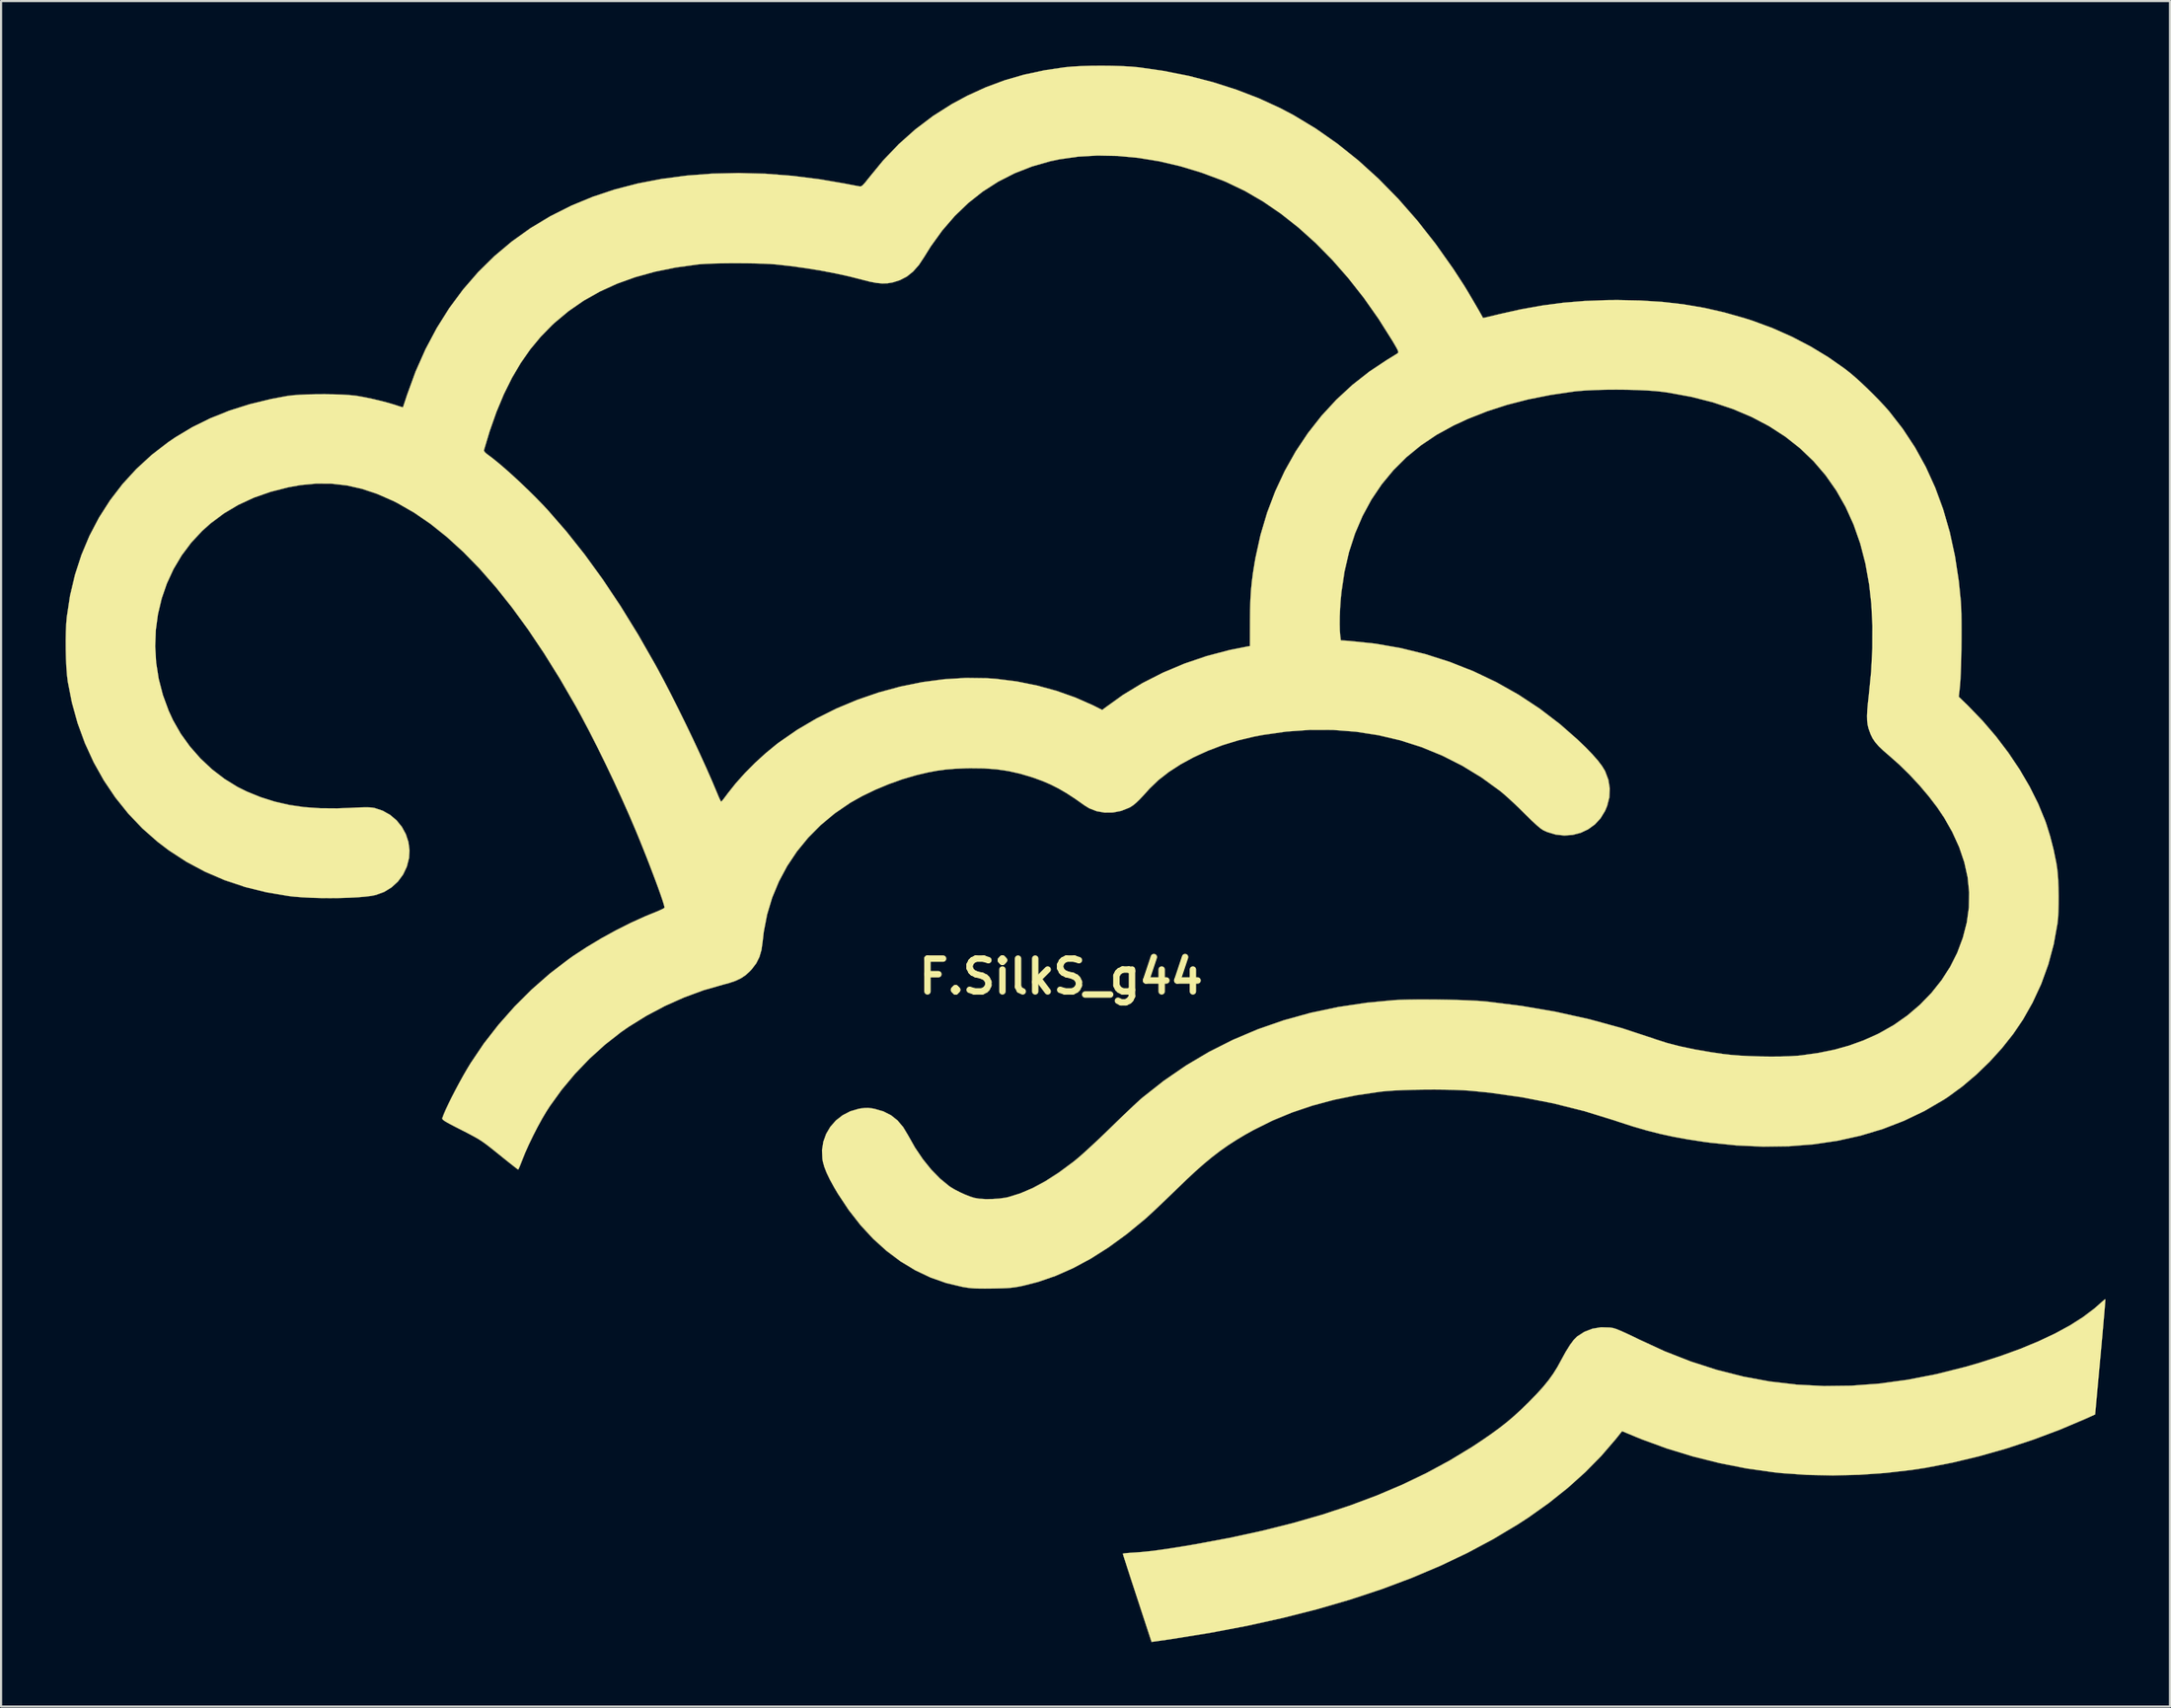
<source format=kicad_pcb>
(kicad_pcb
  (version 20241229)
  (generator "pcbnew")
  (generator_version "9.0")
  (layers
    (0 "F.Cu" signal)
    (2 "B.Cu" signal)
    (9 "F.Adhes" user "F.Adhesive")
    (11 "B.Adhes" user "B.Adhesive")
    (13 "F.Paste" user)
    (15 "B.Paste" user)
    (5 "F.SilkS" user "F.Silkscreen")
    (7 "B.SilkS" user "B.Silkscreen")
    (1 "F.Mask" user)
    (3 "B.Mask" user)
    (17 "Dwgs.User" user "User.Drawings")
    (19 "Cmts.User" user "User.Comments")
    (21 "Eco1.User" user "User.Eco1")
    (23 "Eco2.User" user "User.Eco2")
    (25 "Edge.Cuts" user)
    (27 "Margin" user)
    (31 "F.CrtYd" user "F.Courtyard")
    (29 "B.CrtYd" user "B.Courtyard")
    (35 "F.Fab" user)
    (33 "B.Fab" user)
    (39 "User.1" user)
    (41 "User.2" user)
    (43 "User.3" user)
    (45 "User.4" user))
  (footprint "F.SilkS_g44"
    (layer "F.Cu")
    (at 46.267 42.356)
    (property "Reference" "F.SilkS_g44" (at 0 0 0) (layer "F.SilkS") (effects (font (size 1.524 1.524) (thickness 0.3))))
    (attr through_hole)
    (fp_poly (pts (xy 48.545 15.003) (xy 48.544 15.047) (xy 48.536 15.167) (xy 48.521 15.358) (xy 48.5 15.612) (xy 48.473 15.921) (xy 48.442 16.28) (xy 48.407 16.679) (xy 48.368 17.113) (xy 48.326 17.574) (xy 48.315 17.69) (xy 48.07 20.361) (xy 47.604 20.571) (xy 46.414 21.075) (xy 45.186 21.535) (xy 43.936 21.946) (xy 42.678 22.303) (xy 41.429 22.602) (xy 40.203 22.839) (xy 39.529 22.942) (xy 38.322 23.081) (xy 37.098 23.166) (xy 35.876 23.195) (xy 34.673 23.17) (xy 33.509 23.089) (xy 33.126 23.048) (xy 31.875 22.871) (xy 30.621 22.624) (xy 29.38 22.314) (xy 28.169 21.944) (xy 27.005 21.519) (xy 26.679 21.386) (xy 26.082 21.137) (xy 25.777 21.519) (xy 25.112 22.291) (xy 24.37 23.045) (xy 23.557 23.775) (xy 22.678 24.476) (xy 21.74 25.143) (xy 21.252 25.461) (xy 20.104 26.149) (xy 18.896 26.795) (xy 17.627 27.4) (xy 16.295 27.963) (xy 14.898 28.487) (xy 13.435 28.971) (xy 11.904 29.416) (xy 10.304 29.822) (xy 8.633 30.191) (xy 6.89 30.521) (xy 5.072 30.814) (xy 4.339 30.919) (xy 4.211 30.937) (xy 3.543 28.899) (xy 3.413 28.501) (xy 3.291 28.129) (xy 3.18 27.788) (xy 3.083 27.488) (xy 3.002 27.235) (xy 2.938 27.037) (xy 2.896 26.903) (xy 2.877 26.839) (xy 2.877 26.835) (xy 2.917 26.824) (xy 3.026 26.81) (xy 3.189 26.796) (xy 3.388 26.783) (xy 3.427 26.781) (xy 3.751 26.757) (xy 4.13 26.718) (xy 4.569 26.662) (xy 5.074 26.588) (xy 5.651 26.496) (xy 6.244 26.396) (xy 7.83 26.1) (xy 9.34 25.772) (xy 10.778 25.412) (xy 12.146 25.018) (xy 13.449 24.589) (xy 14.69 24.124) (xy 15.872 23.621) (xy 16.998 23.08) (xy 18.072 22.498) (xy 19.098 21.876) (xy 19.579 21.558) (xy 20.014 21.257) (xy 20.394 20.979) (xy 20.738 20.709) (xy 21.065 20.43) (xy 21.395 20.127) (xy 21.748 19.783) (xy 21.76 19.77) (xy 22.113 19.407) (xy 22.41 19.08) (xy 22.661 18.772) (xy 22.878 18.47) (xy 23.073 18.158) (xy 23.245 17.843) (xy 23.462 17.447) (xy 23.659 17.13) (xy 23.836 16.892) (xy 23.99 16.737) (xy 24.329 16.518) (xy 24.702 16.374) (xy 25.101 16.307) (xy 25.518 16.319) (xy 25.659 16.341) (xy 25.781 16.377) (xy 25.97 16.451) (xy 26.218 16.56) (xy 26.52 16.701) (xy 26.86 16.867) (xy 28.065 17.423) (xy 29.275 17.897) (xy 30.492 18.289) (xy 31.717 18.599) (xy 32.953 18.828) (xy 34.201 18.974) (xy 35.463 19.039) (xy 36.741 19.023) (xy 38.037 18.926) (xy 39.351 18.747) (xy 40.687 18.487) (xy 42.046 18.146) (xy 42.672 17.965) (xy 43.668 17.645) (xy 44.59 17.31) (xy 45.436 16.96) (xy 46.205 16.597) (xy 46.896 16.222) (xy 47.506 15.834) (xy 48.035 15.435) (xy 48.3 15.202) (xy 48.412 15.101) (xy 48.498 15.03) (xy 48.543 15.002) (xy 48.545 15.003)) (stroke (width 0.01) (type solid)) (fill yes) (layer "F.SilkS"))
    (fp_poly (pts (xy 2.367 -42.346) (xy 2.832 -42.332) (xy 3.258 -42.308) (xy 3.619 -42.275) (xy 4.788 -42.107) (xy 5.941 -41.876) (xy 7.066 -41.585) (xy 8.156 -41.236) (xy 9.201 -40.834) (xy 10.19 -40.38) (xy 10.816 -40.05) (xy 11.845 -39.428) (xy 12.846 -38.727) (xy 13.82 -37.948) (xy 14.765 -37.091) (xy 15.679 -36.159) (xy 16.562 -35.151) (xy 17.413 -34.069) (xy 18.229 -32.915) (xy 18.739 -32.131) (xy 18.815 -32.007) (xy 18.917 -31.837) (xy 19.035 -31.637) (xy 19.162 -31.421) (xy 19.289 -31.204) (xy 19.406 -31.001) (xy 19.506 -30.826) (xy 19.579 -30.695) (xy 19.618 -30.621) (xy 19.618 -30.621) (xy 19.658 -30.629) (xy 19.768 -30.653) (xy 19.933 -30.692) (xy 20.142 -30.742) (xy 20.369 -30.797) (xy 21.385 -31.024) (xy 22.367 -31.2) (xy 23.339 -31.328) (xy 24.326 -31.41) (xy 25.352 -31.449) (xy 25.868 -31.454) (xy 26.946 -31.432) (xy 27.965 -31.367) (xy 28.94 -31.255) (xy 29.888 -31.094) (xy 30.823 -30.882) (xy 31.76 -30.617) (xy 32.173 -30.484) (xy 33.084 -30.146) (xy 33.979 -29.748) (xy 34.843 -29.298) (xy 35.66 -28.804) (xy 36.417 -28.273) (xy 36.661 -28.083) (xy 36.892 -27.888) (xy 37.161 -27.646) (xy 37.451 -27.372) (xy 37.746 -27.083) (xy 38.029 -26.795) (xy 38.282 -26.525) (xy 38.49 -26.289) (xy 38.491 -26.289) (xy 39.127 -25.471) (xy 39.696 -24.607) (xy 40.199 -23.696) (xy 40.636 -22.735) (xy 41.007 -21.725) (xy 41.314 -20.663) (xy 41.556 -19.549) (xy 41.734 -18.38) (xy 41.829 -17.429) (xy 41.842 -17.192) (xy 41.852 -16.888) (xy 41.858 -16.531) (xy 41.86 -16.136) (xy 41.859 -15.717) (xy 41.855 -15.29) (xy 41.847 -14.87) (xy 41.837 -14.47) (xy 41.824 -14.105) (xy 41.808 -13.791) (xy 41.79 -13.543) (xy 41.784 -13.479) (xy 41.733 -13.008) (xy 42.165 -12.59) (xy 42.832 -11.9) (xy 43.459 -11.169) (xy 44.038 -10.407) (xy 44.563 -9.624) (xy 45.028 -8.83) (xy 45.425 -8.034) (xy 45.748 -7.247) (xy 45.803 -7.091) (xy 45.981 -6.52) (xy 46.137 -5.911) (xy 46.261 -5.307) (xy 46.298 -5.08) (xy 46.329 -4.817) (xy 46.352 -4.493) (xy 46.367 -4.129) (xy 46.374 -3.747) (xy 46.372 -3.367) (xy 46.363 -3.01) (xy 46.344 -2.697) (xy 46.321 -2.477) (xy 46.145 -1.5) (xy 45.893 -0.561) (xy 45.566 0.343) (xy 45.16 1.217) (xy 44.718 1.998) (xy 44.267 2.663) (xy 43.747 3.32) (xy 43.17 3.956) (xy 42.55 4.556) (xy 41.903 5.105) (xy 41.242 5.59) (xy 41.042 5.721) (xy 40.137 6.25) (xy 39.188 6.705) (xy 38.198 7.088) (xy 37.165 7.398) (xy 36.093 7.636) (xy 34.98 7.8) (xy 33.829 7.89) (xy 32.639 7.907) (xy 31.412 7.851) (xy 30.148 7.721) (xy 29.845 7.68) (xy 29.127 7.569) (xy 28.466 7.448) (xy 27.837 7.311) (xy 27.216 7.153) (xy 26.576 6.966) (xy 25.892 6.745) (xy 25.739 6.693) (xy 24.334 6.258) (xy 22.89 5.896) (xy 21.413 5.608) (xy 19.909 5.396) (xy 19.05 5.311) (xy 18.698 5.287) (xy 18.288 5.27) (xy 17.835 5.26) (xy 17.356 5.255) (xy 16.867 5.258) (xy 16.384 5.266) (xy 15.923 5.28) (xy 15.499 5.299) (xy 15.13 5.325) (xy 14.859 5.352) (xy 13.745 5.516) (xy 12.693 5.731) (xy 11.695 5.998) (xy 10.743 6.319) (xy 9.829 6.698) (xy 8.946 7.138) (xy 8.568 7.348) (xy 8.159 7.593) (xy 7.774 7.841) (xy 7.402 8.103) (xy 7.031 8.387) (xy 6.65 8.702) (xy 6.248 9.057) (xy 5.814 9.462) (xy 5.398 9.864) (xy 5.127 10.127) (xy 4.854 10.39) (xy 4.59 10.641) (xy 4.347 10.871) (xy 4.135 11.068) (xy 3.967 11.221) (xy 3.894 11.286) (xy 3.052 11.978) (xy 2.218 12.586) (xy 1.39 13.112) (xy 0.567 13.556) (xy -0.252 13.918) (xy -1.068 14.199) (xy -1.766 14.377) (xy -1.967 14.418) (xy -2.147 14.448) (xy -2.324 14.47) (xy -2.518 14.485) (xy -2.749 14.495) (xy -3.036 14.502) (xy -3.196 14.505) (xy -3.521 14.508) (xy -3.781 14.507) (xy -3.993 14.501) (xy -4.177 14.487) (xy -4.351 14.467) (xy -4.534 14.437) (xy -4.572 14.431) (xy -5.329 14.252) (xy -6.064 13.993) (xy -6.774 13.656) (xy -7.457 13.242) (xy -8.109 12.753) (xy -8.73 12.192) (xy -9.315 11.56) (xy -9.863 10.859) (xy -10.372 10.091) (xy -10.537 9.812) (xy -10.739 9.444) (xy -10.891 9.128) (xy -10.999 8.853) (xy -11.068 8.604) (xy -11.089 8.48) (xy -11.107 8.072) (xy -11.046 7.681) (xy -10.914 7.315) (xy -10.717 6.982) (xy -10.46 6.69) (xy -10.151 6.449) (xy -9.796 6.265) (xy -9.4 6.148) (xy -9.313 6.133) (xy -9.12 6.109) (xy -8.959 6.107) (xy -8.785 6.128) (xy -8.659 6.152) (xy -8.255 6.269) (xy -7.903 6.447) (xy -7.598 6.689) (xy -7.333 7.002) (xy -7.112 7.371) (xy -6.782 7.955) (xy -6.418 8.493) (xy -6.029 8.976) (xy -5.621 9.394) (xy -5.202 9.738) (xy -5.135 9.785) (xy -4.946 9.899) (xy -4.71 10.021) (xy -4.456 10.137) (xy -4.214 10.232) (xy -4.022 10.292) (xy -3.791 10.33) (xy -3.505 10.348) (xy -3.192 10.345) (xy -2.877 10.324) (xy -2.589 10.284) (xy -2.455 10.256) (xy -1.893 10.081) (xy -1.313 9.833) (xy -0.713 9.508) (xy -0.091 9.107) (xy 0.556 8.628) (xy 0.677 8.531) (xy 0.836 8.398) (xy 1.044 8.215) (xy 1.287 7.994) (xy 1.556 7.745) (xy 1.839 7.479) (xy 2.123 7.206) (xy 2.307 7.027) (xy 2.578 6.763) (xy 2.847 6.503) (xy 3.105 6.258) (xy 3.339 6.036) (xy 3.542 5.848) (xy 3.702 5.702) (xy 3.789 5.627) (xy 4.781 4.844) (xy 5.813 4.135) (xy 6.886 3.5) (xy 8.001 2.938) (xy 9.157 2.448) (xy 10.357 2.032) (xy 11.598 1.688) (xy 12.884 1.416) (xy 14.213 1.217) (xy 15.472 1.098) (xy 15.772 1.082) (xy 16.14 1.072) (xy 16.56 1.066) (xy 17.015 1.066) (xy 17.49 1.069) (xy 17.97 1.077) (xy 18.438 1.089) (xy 18.877 1.105) (xy 19.274 1.124) (xy 19.61 1.147) (xy 19.77 1.161) (xy 21.4 1.363) (xy 22.999 1.638) (xy 24.56 1.984) (xy 26.08 2.4) (xy 27.555 2.886) (xy 27.644 2.918) (xy 28.166 3.086) (xy 28.77 3.242) (xy 29.455 3.387) (xy 30.22 3.519) (xy 30.797 3.603) (xy 31.157 3.643) (xy 31.575 3.676) (xy 32.032 3.699) (xy 32.509 3.714) (xy 32.988 3.72) (xy 33.449 3.717) (xy 33.874 3.704) (xy 34.244 3.681) (xy 34.417 3.664) (xy 35.213 3.551) (xy 35.948 3.401) (xy 36.636 3.209) (xy 37.295 2.971) (xy 37.94 2.683) (xy 38.04 2.633) (xy 38.712 2.252) (xy 39.345 1.808) (xy 39.93 1.308) (xy 40.461 0.76) (xy 40.931 0.17) (xy 41.333 -0.454) (xy 41.659 -1.101) (xy 41.923 -1.807) (xy 42.105 -2.51) (xy 42.202 -3.211) (xy 42.215 -3.911) (xy 42.145 -4.612) (xy 41.99 -5.314) (xy 41.751 -6.019) (xy 41.428 -6.727) (xy 41.055 -7.383) (xy 40.729 -7.869) (xy 40.342 -8.375) (xy 39.909 -8.887) (xy 39.444 -9.387) (xy 38.963 -9.858) (xy 38.497 -10.27) (xy 38.226 -10.504) (xy 38.015 -10.706) (xy 37.853 -10.891) (xy 37.729 -11.074) (xy 37.633 -11.269) (xy 37.553 -11.49) (xy 37.533 -11.554) (xy 37.495 -11.716) (xy 37.474 -11.901) (xy 37.469 -12.121) (xy 37.481 -12.389) (xy 37.51 -12.716) (xy 37.548 -13.051) (xy 37.659 -14.179) (xy 37.716 -15.274) (xy 37.719 -16.327) (xy 37.667 -17.33) (xy 37.568 -18.224) (xy 37.392 -19.208) (xy 37.151 -20.137) (xy 36.844 -21.013) (xy 36.474 -21.833) (xy 36.039 -22.599) (xy 35.541 -23.309) (xy 34.98 -23.964) (xy 34.355 -24.562) (xy 33.669 -25.104) (xy 32.92 -25.589) (xy 32.111 -26.016) (xy 31.24 -26.386) (xy 30.308 -26.698) (xy 29.316 -26.951) (xy 28.264 -27.145) (xy 27.972 -27.187) (xy 27.639 -27.223) (xy 27.24 -27.251) (xy 26.791 -27.272) (xy 26.311 -27.284) (xy 25.816 -27.289) (xy 25.325 -27.285) (xy 24.855 -27.273) (xy 24.424 -27.253) (xy 24.048 -27.225) (xy 23.876 -27.207) (xy 22.768 -27.044) (xy 21.725 -26.837) (xy 20.739 -26.583) (xy 19.802 -26.28) (xy 18.906 -25.926) (xy 18.26 -25.627) (xy 17.465 -25.192) (xy 16.732 -24.699) (xy 16.061 -24.15) (xy 15.453 -23.545) (xy 14.909 -22.887) (xy 14.43 -22.176) (xy 14.017 -21.413) (xy 13.67 -20.601) (xy 13.39 -19.739) (xy 13.179 -18.829) (xy 13.036 -17.873) (xy 12.997 -17.467) (xy 12.973 -17.097) (xy 12.959 -16.732) (xy 12.956 -16.389) (xy 12.962 -16.091) (xy 12.98 -15.856) (xy 12.981 -15.849) (xy 13.007 -15.632) (xy 13.414 -15.604) (xy 14.609 -15.479) (xy 15.786 -15.274) (xy 16.942 -14.991) (xy 18.073 -14.63) (xy 19.174 -14.194) (xy 20.241 -13.686) (xy 21.269 -13.106) (xy 22.254 -12.456) (xy 23.192 -11.739) (xy 24.002 -11.029) (xy 24.386 -10.659) (xy 24.703 -10.332) (xy 24.956 -10.045) (xy 25.147 -9.793) (xy 25.281 -9.573) (xy 25.296 -9.543) (xy 25.445 -9.146) (xy 25.509 -8.742) (xy 25.49 -8.336) (xy 25.386 -7.93) (xy 25.291 -7.704) (xy 25.082 -7.36) (xy 24.818 -7.074) (xy 24.507 -6.848) (xy 24.161 -6.684) (xy 23.787 -6.587) (xy 23.397 -6.558) (xy 23 -6.601) (xy 22.605 -6.719) (xy 22.42 -6.803) (xy 22.296 -6.885) (xy 22.119 -7.032) (xy 21.889 -7.244) (xy 21.607 -7.521) (xy 21.531 -7.597) (xy 21.303 -7.823) (xy 21.062 -8.053) (xy 20.825 -8.272) (xy 20.61 -8.464) (xy 20.433 -8.613) (xy 20.405 -8.635) (xy 19.547 -9.257) (xy 18.652 -9.803) (xy 17.723 -10.273) (xy 16.762 -10.667) (xy 15.772 -10.984) (xy 14.755 -11.223) (xy 13.715 -11.384) (xy 12.654 -11.466) (xy 11.574 -11.469) (xy 10.479 -11.391) (xy 9.371 -11.233) (xy 8.965 -11.155) (xy 8.228 -10.979) (xy 7.511 -10.758) (xy 6.822 -10.496) (xy 6.171 -10.199) (xy 5.565 -9.869) (xy 5.015 -9.513) (xy 4.53 -9.135) (xy 4.117 -8.738) (xy 4.057 -8.671) (xy 3.831 -8.42) (xy 3.646 -8.225) (xy 3.493 -8.078) (xy 3.359 -7.968) (xy 3.236 -7.886) (xy 3.166 -7.848) (xy 2.797 -7.703) (xy 2.413 -7.628) (xy 2.028 -7.624) (xy 1.656 -7.69) (xy 1.311 -7.825) (xy 1.099 -7.956) (xy 0.66 -8.266) (xy 0.262 -8.526) (xy -0.111 -8.743) (xy -0.479 -8.929) (xy -0.857 -9.091) (xy -1.265 -9.24) (xy -1.335 -9.264) (xy -1.894 -9.431) (xy -2.442 -9.554) (xy -2.998 -9.636) (xy -3.585 -9.679) (xy -4.224 -9.687) (xy -4.421 -9.683) (xy -4.91 -9.662) (xy -5.346 -9.627) (xy -5.761 -9.571) (xy -6.183 -9.491) (xy -6.645 -9.383) (xy -6.748 -9.357) (xy -7.368 -9.175) (xy -8.005 -8.947) (xy -8.634 -8.684) (xy -9.23 -8.397) (xy -9.769 -8.095) (xy -9.815 -8.066) (xy -10.522 -7.582) (xy -11.169 -7.042) (xy -11.755 -6.451) (xy -12.276 -5.814) (xy -12.73 -5.134) (xy -13.113 -4.417) (xy -13.424 -3.667) (xy -13.659 -2.887) (xy -13.815 -2.083) (xy -13.867 -1.63) (xy -13.921 -1.24) (xy -14.017 -0.91) (xy -14.162 -0.619) (xy -14.366 -0.349) (xy -14.475 -0.232) (xy -14.665 -0.061) (xy -14.874 0.078) (xy -15.117 0.195) (xy -15.413 0.297) (xy -15.714 0.378) (xy -16.613 0.636) (xy -17.516 0.969) (xy -18.409 1.368) (xy -19.273 1.826) (xy -20.093 2.335) (xy -20.447 2.581) (xy -21.195 3.167) (xy -21.912 3.817) (xy -22.586 4.518) (xy -23.205 5.258) (xy -23.757 6.023) (xy -23.917 6.272) (xy -24.116 6.606) (xy -24.326 6.99) (xy -24.536 7.399) (xy -24.734 7.809) (xy -24.906 8.195) (xy -25.02 8.477) (xy -25.094 8.665) (xy -25.157 8.821) (xy -25.205 8.929) (xy -25.23 8.974) (xy -25.231 8.975) (xy -25.269 8.949) (xy -25.363 8.877) (xy -25.505 8.766) (xy -25.686 8.623) (xy -25.897 8.454) (xy -26.104 8.287) (xy -26.367 8.075) (xy -26.58 7.906) (xy -26.759 7.77) (xy -26.921 7.656) (xy -27.081 7.554) (xy -27.255 7.454) (xy -27.46 7.344) (xy -27.71 7.214) (xy -27.87 7.133) (xy -28.158 6.985) (xy -28.379 6.87) (xy -28.541 6.782) (xy -28.651 6.715) (xy -28.719 6.665) (xy -28.753 6.627) (xy -28.761 6.595) (xy -28.758 6.583) (xy -28.695 6.412) (xy -28.596 6.181) (xy -28.465 5.904) (xy -28.312 5.593) (xy -28.141 5.263) (xy -27.96 4.925) (xy -27.776 4.592) (xy -27.594 4.279) (xy -27.438 4.022) (xy -26.829 3.117) (xy -26.145 2.239) (xy -25.399 1.396) (xy -24.599 0.599) (xy -23.757 -0.14) (xy -22.88 -0.812) (xy -22.675 -0.957) (xy -22.046 -1.369) (xy -21.373 -1.773) (xy -20.677 -2.156) (xy -19.981 -2.505) (xy -19.308 -2.81) (xy -18.971 -2.948) (xy -18.775 -3.027) (xy -18.61 -3.1) (xy -18.491 -3.158) (xy -18.432 -3.196) (xy -18.429 -3.2) (xy -18.436 -3.26) (xy -18.472 -3.39) (xy -18.533 -3.583) (xy -18.618 -3.829) (xy -18.722 -4.121) (xy -18.843 -4.45) (xy -18.978 -4.808) (xy -19.123 -5.188) (xy -19.276 -5.581) (xy -19.434 -5.978) (xy -19.593 -6.372) (xy -19.749 -6.752) (xy -20.071 -7.507) (xy -20.421 -8.294) (xy -20.79 -9.096) (xy -21.172 -9.897) (xy -21.557 -10.68) (xy -21.938 -11.428) (xy -22.306 -12.124) (xy -22.552 -12.573) (xy -23.289 -13.845) (xy -24.029 -15.034) (xy -24.773 -16.142) (xy -25.521 -17.167) (xy -26.271 -18.109) (xy -27.025 -18.968) (xy -27.781 -19.743) (xy -28.54 -20.435) (xy -29.301 -21.044) (xy -30.064 -21.568) (xy -30.829 -22.008) (xy -31.052 -22.12) (xy -31.777 -22.438) (xy -32.487 -22.676) (xy -33.191 -22.835) (xy -33.896 -22.916) (xy -34.612 -22.921) (xy -35.348 -22.851) (xy -35.907 -22.751) (xy -36.74 -22.539) (xy -37.516 -22.267) (xy -38.237 -21.933) (xy -38.905 -21.536) (xy -39.524 -21.074) (xy -39.915 -20.725) (xy -40.427 -20.177) (xy -40.873 -19.582) (xy -41.252 -18.945) (xy -41.562 -18.273) (xy -41.803 -17.571) (xy -41.975 -16.847) (xy -42.075 -16.105) (xy -42.103 -15.353) (xy -42.058 -14.596) (xy -41.94 -13.841) (xy -41.746 -13.093) (xy -41.477 -12.359) (xy -41.273 -11.917) (xy -40.916 -11.291) (xy -40.489 -10.697) (xy -40.002 -10.143) (xy -39.464 -9.638) (xy -38.884 -9.193) (xy -38.272 -8.815) (xy -37.84 -8.601) (xy -37.197 -8.34) (xy -36.546 -8.134) (xy -35.877 -7.98) (xy -35.179 -7.878) (xy -34.438 -7.825) (xy -33.645 -7.819) (xy -33.1 -7.839) (xy -32.764 -7.856) (xy -32.499 -7.866) (xy -32.294 -7.869) (xy -32.136 -7.866) (xy -32.013 -7.855) (xy -31.912 -7.838) (xy -31.905 -7.837) (xy -31.524 -7.71) (xy -31.181 -7.516) (xy -30.883 -7.263) (xy -30.638 -6.961) (xy -30.452 -6.621) (xy -30.331 -6.251) (xy -30.282 -5.862) (xy -30.304 -5.511) (xy -30.406 -5.111) (xy -30.58 -4.744) (xy -30.819 -4.42) (xy -31.115 -4.148) (xy -31.459 -3.936) (xy -31.845 -3.794) (xy -31.845 -3.794) (xy -32.064 -3.75) (xy -32.354 -3.715) (xy -32.703 -3.686) (xy -33.095 -3.666) (xy -33.518 -3.653) (xy -33.958 -3.649) (xy -34.403 -3.652) (xy -34.838 -3.664) (xy -35.25 -3.685) (xy -35.627 -3.714) (xy -35.888 -3.743) (xy -36.928 -3.918) (xy -37.925 -4.165) (xy -38.878 -4.484) (xy -39.787 -4.875) (xy -40.651 -5.337) (xy -41.47 -5.87) (xy -41.992 -6.267) (xy -42.703 -6.893) (xy -43.358 -7.582) (xy -43.955 -8.326) (xy -44.491 -9.123) (xy -44.964 -9.967) (xy -45.37 -10.854) (xy -45.708 -11.78) (xy -45.975 -12.739) (xy -46.166 -13.716) (xy -46.202 -14.012) (xy -46.23 -14.373) (xy -46.249 -14.776) (xy -46.26 -15.203) (xy -46.262 -15.633) (xy -46.254 -16.045) (xy -46.237 -16.419) (xy -46.211 -16.717) (xy -46.06 -17.714) (xy -45.832 -18.677) (xy -45.531 -19.605) (xy -45.158 -20.494) (xy -44.714 -21.341) (xy -44.201 -22.143) (xy -43.622 -22.898) (xy -42.977 -23.602) (xy -42.269 -24.252) (xy -41.989 -24.469) (xy -26.823 -24.469) (xy -26.8 -24.405) (xy -26.713 -24.319) (xy -26.66 -24.279) (xy -26.418 -24.098) (xy -26.13 -23.864) (xy -25.808 -23.588) (xy -25.463 -23.279) (xy -25.107 -22.948) (xy -24.749 -22.606) (xy -24.403 -22.263) (xy -24.078 -21.929) (xy -23.859 -21.694) (xy -22.992 -20.698) (xy -22.138 -19.622) (xy -21.298 -18.464) (xy -20.471 -17.224) (xy -19.656 -15.901) (xy -18.853 -14.496) (xy -18.774 -14.351) (xy -18.46 -13.766) (xy -18.13 -13.129) (xy -17.791 -12.456) (xy -17.45 -11.763) (xy -17.115 -11.065) (xy -16.794 -10.377) (xy -16.493 -9.715) (xy -16.22 -9.095) (xy -15.983 -8.532) (xy -15.978 -8.52) (xy -15.909 -8.355) (xy -15.849 -8.225) (xy -15.808 -8.147) (xy -15.794 -8.131) (xy -15.76 -8.164) (xy -15.688 -8.252) (xy -15.589 -8.382) (xy -15.484 -8.523) (xy -15.116 -8.986) (xy -14.688 -9.464) (xy -14.217 -9.938) (xy -13.721 -10.39) (xy -13.219 -10.802) (xy -13.099 -10.893) (xy -12.261 -11.473) (xy -11.371 -11.996) (xy -10.438 -12.462) (xy -9.471 -12.866) (xy -8.479 -13.207) (xy -7.469 -13.482) (xy -6.451 -13.688) (xy -5.433 -13.823) (xy -4.423 -13.886) (xy -3.43 -13.872) (xy -3.006 -13.841) (xy -2.062 -13.722) (xy -1.127 -13.535) (xy -0.214 -13.286) (xy 0.662 -12.977) (xy 1.486 -12.613) (xy 1.569 -12.572) (xy 1.917 -12.396) (xy 2.028 -12.482) (xy 2.878 -13.093) (xy 3.784 -13.643) (xy 4.739 -14.129) (xy 5.737 -14.55) (xy 6.772 -14.902) (xy 7.836 -15.182) (xy 8.636 -15.341) (xy 8.784 -15.367) (xy 8.787 -16.521) (xy 8.792 -17.05) (xy 8.806 -17.518) (xy 8.832 -17.947) (xy 8.872 -18.359) (xy 8.926 -18.777) (xy 8.998 -19.224) (xy 9.042 -19.473) (xy 9.277 -20.539) (xy 9.583 -21.569) (xy 9.959 -22.56) (xy 10.402 -23.51) (xy 10.91 -24.414) (xy 11.48 -25.269) (xy 12.111 -26.073) (xy 12.8 -26.82) (xy 13.545 -27.509) (xy 14.344 -28.136) (xy 15.132 -28.66) (xy 15.311 -28.769) (xy 15.469 -28.867) (xy 15.588 -28.941) (xy 15.652 -28.982) (xy 15.653 -28.983) (xy 15.676 -29.009) (xy 15.678 -29.05) (xy 15.655 -29.12) (xy 15.6 -29.228) (xy 15.509 -29.387) (xy 15.41 -29.554) (xy 14.76 -30.585) (xy 14.074 -31.56) (xy 13.355 -32.474) (xy 12.608 -33.325) (xy 11.835 -34.109) (xy 11.039 -34.825) (xy 10.223 -35.469) (xy 9.391 -36.038) (xy 8.545 -36.53) (xy 7.689 -36.94) (xy 7.513 -37.014) (xy 6.531 -37.379) (xy 5.546 -37.677) (xy 4.565 -37.906) (xy 3.593 -38.066) (xy 2.636 -38.155) (xy 1.701 -38.174) (xy 0.794 -38.122) (xy -0.08 -37.997) (xy -0.508 -37.906) (xy -1.353 -37.664) (xy -2.157 -37.348) (xy -2.918 -36.959) (xy -3.636 -36.499) (xy -4.309 -35.967) (xy -4.936 -35.364) (xy -5.518 -34.691) (xy -6.052 -33.949) (xy -6.353 -33.465) (xy -6.605 -33.084) (xy -6.873 -32.781) (xy -7.163 -32.548) (xy -7.486 -32.38) (xy -7.815 -32.276) (xy -8.056 -32.235) (xy -8.305 -32.226) (xy -8.581 -32.252) (xy -8.9 -32.313) (xy -9.25 -32.403) (xy -9.827 -32.551) (xy -10.469 -32.692) (xy -11.156 -32.823) (xy -11.869 -32.939) (xy -12.588 -33.038) (xy -13.25 -33.112) (xy -13.504 -33.131) (xy -13.822 -33.146) (xy -14.188 -33.157) (xy -14.587 -33.164) (xy -15.003 -33.167) (xy -15.42 -33.166) (xy -15.822 -33.161) (xy -16.194 -33.152) (xy -16.519 -33.138) (xy -16.782 -33.121) (xy -16.87 -33.112) (xy -17.905 -32.969) (xy -18.877 -32.772) (xy -19.787 -32.52) (xy -20.64 -32.213) (xy -21.439 -31.848) (xy -22.186 -31.425) (xy -22.884 -30.943) (xy -23.536 -30.399) (xy -23.656 -30.288) (xy -24.182 -29.75) (xy -24.667 -29.166) (xy -25.112 -28.529) (xy -25.52 -27.836) (xy -25.895 -27.08) (xy -26.239 -26.258) (xy -26.554 -25.364) (xy -26.823 -24.469) (xy -41.989 -24.469) (xy -41.5 -24.846) (xy -41.169 -25.071) (xy -40.38 -25.544) (xy -39.543 -25.957) (xy -38.655 -26.313) (xy -37.712 -26.611) (xy -36.709 -26.855) (xy -35.962 -26.995) (xy -35.711 -27.026) (xy -35.394 -27.05) (xy -35.027 -27.067) (xy -34.63 -27.076) (xy -34.22 -27.078) (xy -33.815 -27.072) (xy -33.432 -27.059) (xy -33.09 -27.038) (xy -32.806 -27.01) (xy -32.703 -26.995) (xy -32.355 -26.932) (xy -31.982 -26.853) (xy -31.609 -26.765) (xy -31.261 -26.673) (xy -30.966 -26.585) (xy -30.906 -26.565) (xy -30.758 -26.516) (xy -30.646 -26.482) (xy -30.59 -26.469) (xy -30.586 -26.469) (xy -30.572 -26.511) (xy -30.536 -26.618) (xy -30.483 -26.776) (xy -30.419 -26.97) (xy -30.4 -27.03) (xy -30 -28.128) (xy -29.538 -29.169) (xy -29.015 -30.153) (xy -28.433 -31.079) (xy -27.791 -31.946) (xy -27.092 -32.752) (xy -26.336 -33.497) (xy -25.523 -34.18) (xy -24.655 -34.8) (xy -23.733 -35.355) (xy -22.757 -35.846) (xy -21.748 -36.263) (xy -20.734 -36.599) (xy -19.666 -36.875) (xy -18.552 -37.089) (xy -17.396 -37.241) (xy -16.205 -37.332) (xy -14.985 -37.361) (xy -13.741 -37.327) (xy -12.481 -37.23) (xy -11.209 -37.07) (xy -10.054 -36.871) (xy -9.826 -36.827) (xy -9.623 -36.788) (xy -9.46 -36.758) (xy -9.356 -36.739) (xy -9.332 -36.736) (xy -9.278 -36.748) (xy -9.205 -36.805) (xy -9.105 -36.915) (xy -8.969 -37.086) (xy -8.955 -37.105) (xy -8.272 -37.938) (xy -7.544 -38.7) (xy -6.77 -39.39) (xy -5.949 -40.012) (xy -5.079 -40.564) (xy -4.36 -40.952) (xy -3.497 -41.346) (xy -2.617 -41.673) (xy -1.708 -41.936) (xy -0.757 -42.139) (xy 0.169 -42.276) (xy 0.523 -42.309) (xy 0.94 -42.333) (xy 1.4 -42.347) (xy 1.883 -42.351) (xy 2.367 -42.346)) (stroke (width 0.01) (type solid)) (fill yes) (layer "F.SilkS")))
  (gr_rect
    (start -3 -3)
    (end 97.817 76.298)
    (stroke (width 0.1) (type default))
    (fill no)
    (layer "Edge.Cuts")))
</source>
